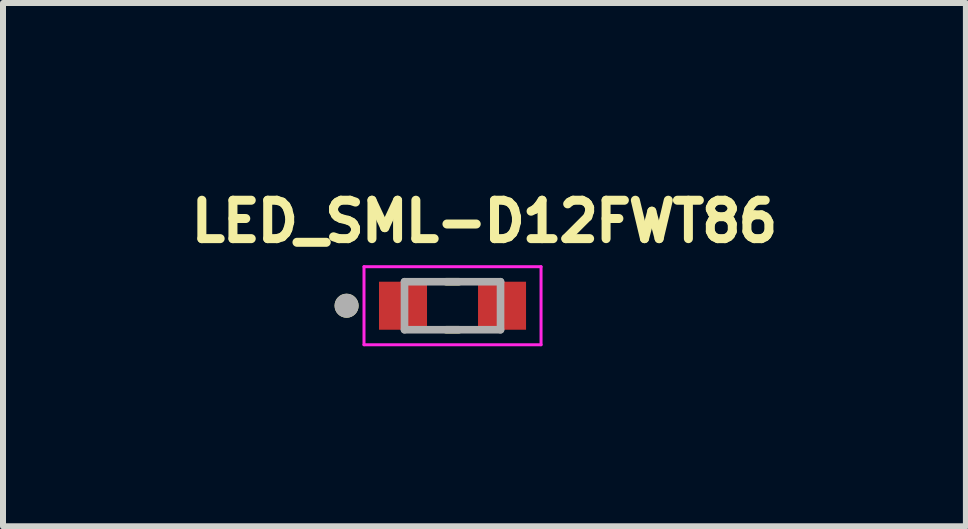
<source format=kicad_pcb>
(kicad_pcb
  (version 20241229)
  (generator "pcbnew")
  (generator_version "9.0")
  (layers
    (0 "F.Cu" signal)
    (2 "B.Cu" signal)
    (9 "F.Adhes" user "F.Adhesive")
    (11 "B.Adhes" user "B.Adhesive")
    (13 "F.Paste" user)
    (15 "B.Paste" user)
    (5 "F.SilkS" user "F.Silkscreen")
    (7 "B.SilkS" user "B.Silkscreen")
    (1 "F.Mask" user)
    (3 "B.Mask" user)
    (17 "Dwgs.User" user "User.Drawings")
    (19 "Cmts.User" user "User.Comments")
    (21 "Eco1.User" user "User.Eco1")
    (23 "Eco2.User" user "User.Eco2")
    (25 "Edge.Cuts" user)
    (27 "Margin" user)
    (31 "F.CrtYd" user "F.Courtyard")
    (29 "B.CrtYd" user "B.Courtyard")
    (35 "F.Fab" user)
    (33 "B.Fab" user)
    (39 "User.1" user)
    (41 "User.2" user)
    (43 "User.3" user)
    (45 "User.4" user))
  (footprint "LED_SML-D12FWT86"
    (layer "F.Cu")
    (at 4.49 2.044)
    (property "Reference" "LED_SML-D12FWT86" (at 0.532 -1.406 0) (layer "F.SilkS") (effects (font (size 0.64 0.64) (thickness 0.15))))
    (attr through_hole)
    (fp_line (start -0.105 -0.4) (end 0.105 -0.4) (stroke (width 0.127) (type solid)) (layer "F.SilkS"))
    (fp_line (start -0.105 0.4) (end 0.105 0.4) (stroke (width 0.127) (type solid)) (layer "F.SilkS"))
    (fp_circle (center -1.765 0) (end -1.665 0) (stroke (width 0.2) (type solid)) (fill no) (layer "F.SilkS"))
    (fp_line (start -1.475 -0.65) (end -1.475 0.65) (stroke (width 0.05) (type solid)) (layer "F.CrtYd"))
    (fp_line (start -1.475 0.65) (end 1.475 0.65) (stroke (width 0.05) (type solid)) (layer "F.CrtYd"))
    (fp_line (start 1.475 -0.65) (end -1.475 -0.65) (stroke (width 0.05) (type solid)) (layer "F.CrtYd"))
    (fp_line (start 1.475 0.65) (end 1.475 -0.65) (stroke (width 0.05) (type solid)) (layer "F.CrtYd"))
    (fp_line (start -0.8 -0.4) (end -0.8 0.4) (stroke (width 0.127) (type solid)) (layer "F.Fab"))
    (fp_line (start -0.8 0.4) (end 0.8 0.4) (stroke (width 0.127) (type solid)) (layer "F.Fab"))
    (fp_line (start 0.8 -0.4) (end -0.8 -0.4) (stroke (width 0.127) (type solid)) (layer "F.Fab"))
    (fp_line (start 0.8 0.4) (end 0.8 -0.4) (stroke (width 0.127) (type solid)) (layer "F.Fab"))
    (fp_circle (center -1.765 0) (end -1.665 0) (stroke (width 0.2) (type solid)) (fill no) (layer "F.Fab"))
    (pad "A" smd rect (at 0.825 0) (size 0.8 0.8) (layers "F.Cu" "F.Mask" "F.Paste"))
    (pad "C" smd rect (at -0.825 0) (size 0.8 0.8) (layers "F.Cu" "F.Mask" "F.Paste")))
  (gr_rect
    (start -3 -3)
    (end 13.044 5.719)
    (stroke (width 0.1) (type default))
    (fill no)
    (layer "Edge.Cuts")))
</source>
